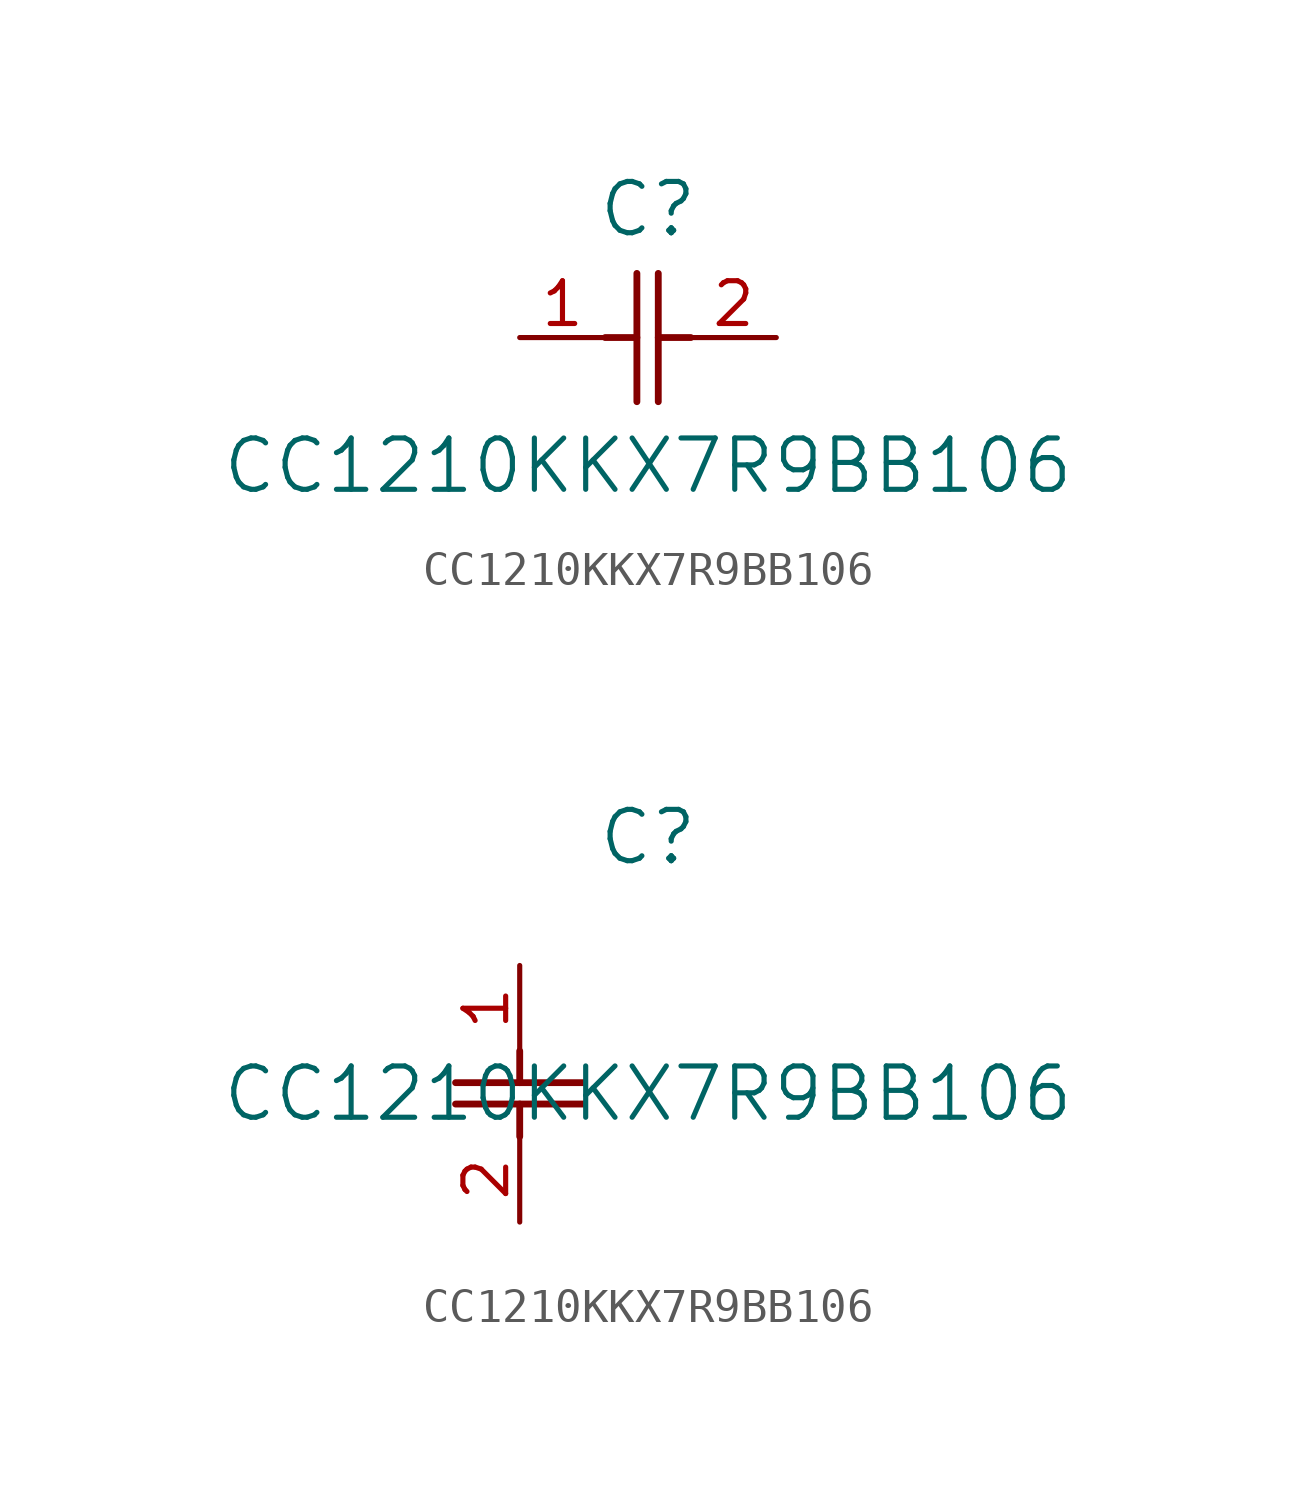
<source format=kicad_sym>
(kicad_symbol_lib
  (version 20211014)
  (generator kicad_symbol_editor)
  (symbol "CC1210KKX7R9BB106"
    (pin_names
      (offset 0.254))
    (property "Reference" "C"
      (at 3.81 3.81 0)
      (effects (font (size 1.524 1.524))))
    (property "Value" "CC1210KKX7R9BB106"
      (at 3.81 -3.81 0)
      (effects (font (size 1.524 1.524))))
    (symbol "CC1210KKX7R9BB106_1_1"
      (polyline (pts (xy 3.48 -1.905) (xy 3.48 1.905)) (stroke (width 0.203) (type default) (color 0 0 0 0)) (fill (type none)))
      (polyline (pts (xy 4.115 -1.905) (xy 4.115 1.905)) (stroke (width 0.203) (type default) (color 0 0 0 0)) (fill (type none)))
      (polyline (pts (xy 4.115 0) (xy 5.08 0)) (stroke (width 0.203) (type default) (color 0 0 0 0)) (fill (type none)))
      (polyline (pts (xy 2.54 0) (xy 3.48 0)) (stroke (width 0.203) (type default) (color 0 0 0 0)) (fill (type none)))
      (pin unspecified line (at 0 0 0) (length 2.54) (name "" (effects (font (size 1.27 1.27)))) (number "1" (effects (font (size 1.27 1.27)))))
      (pin unspecified line (at 7.62 0 180) (length 2.54) (name "" (effects (font (size 1.27 1.27)))) (number "2" (effects (font (size 1.27 1.27))))))
    (symbol "CC1210KKX7R9BB106_1_2"
      (polyline (pts (xy -1.905 -3.48) (xy 1.905 -3.48)) (stroke (width 0.203) (type default) (color 0 0 0 0)) (fill (type none)))
      (polyline (pts (xy -1.905 -4.115) (xy 1.905 -4.115)) (stroke (width 0.203) (type default) (color 0 0 0 0)) (fill (type none)))
      (polyline (pts (xy 0 -4.115) (xy 0 -5.08)) (stroke (width 0.203) (type default) (color 0 0 0 0)) (fill (type none)))
      (polyline (pts (xy 0 -2.54) (xy 0 -3.48)) (stroke (width 0.203) (type default) (color 0 0 0 0)) (fill (type none)))
      (pin unspecified line (at 0 0 270) (length 2.54) (name "" (effects (font (size 1.27 1.27)))) (number "1" (effects (font (size 1.27 1.27)))))
      (pin unspecified line (at 0 -7.62 90) (length 2.54) (name "" (effects (font (size 1.27 1.27)))) (number "2" (effects (font (size 1.27 1.27))))))))
</source>
